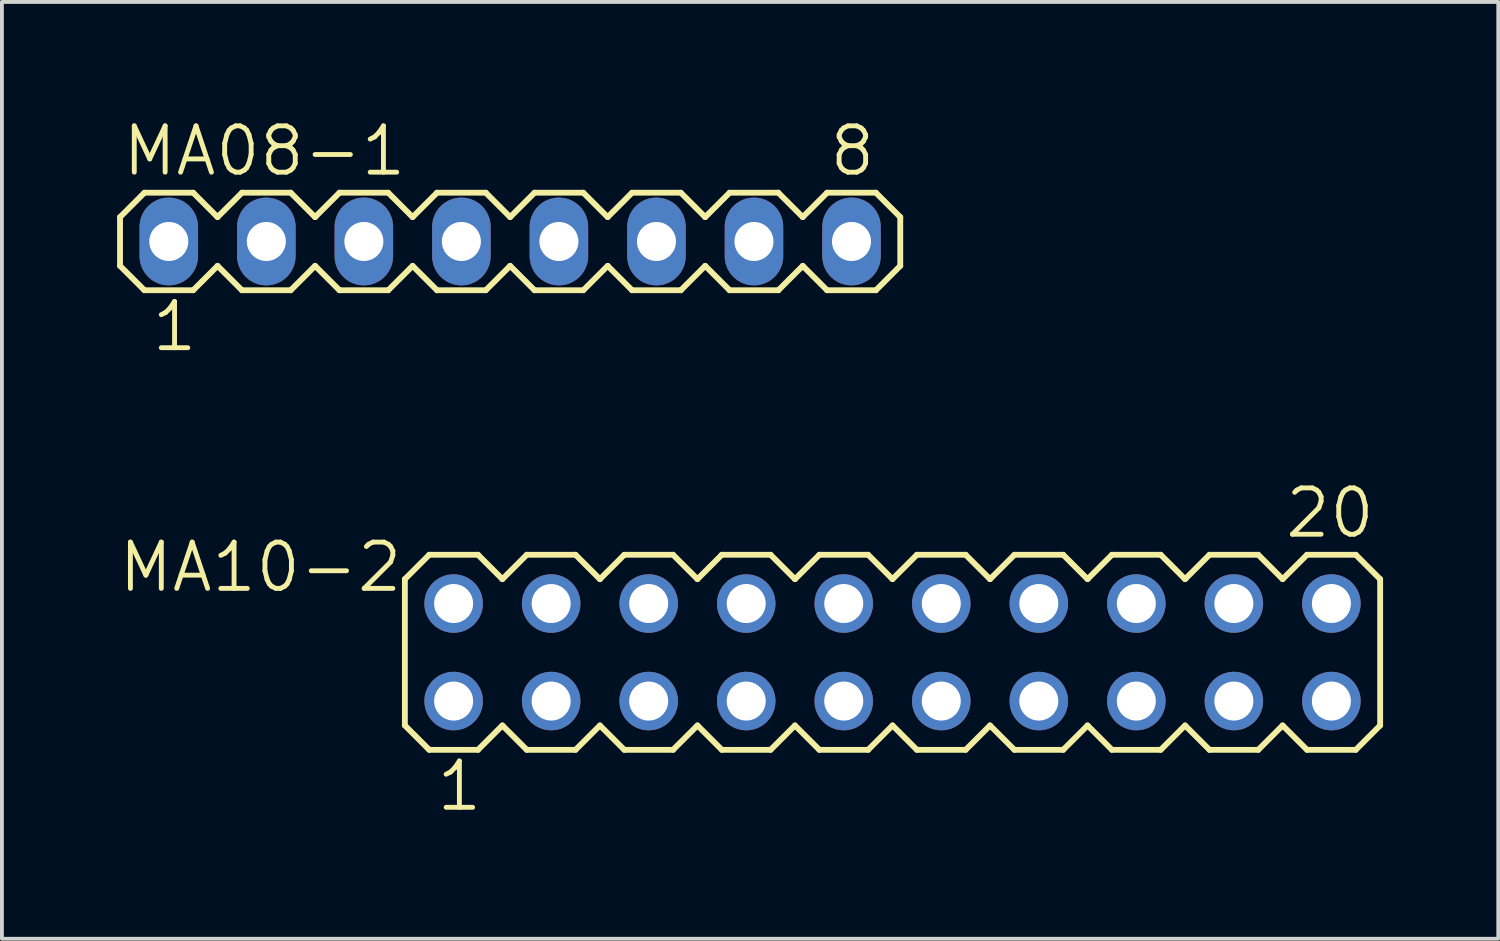
<source format=kicad_pcb>
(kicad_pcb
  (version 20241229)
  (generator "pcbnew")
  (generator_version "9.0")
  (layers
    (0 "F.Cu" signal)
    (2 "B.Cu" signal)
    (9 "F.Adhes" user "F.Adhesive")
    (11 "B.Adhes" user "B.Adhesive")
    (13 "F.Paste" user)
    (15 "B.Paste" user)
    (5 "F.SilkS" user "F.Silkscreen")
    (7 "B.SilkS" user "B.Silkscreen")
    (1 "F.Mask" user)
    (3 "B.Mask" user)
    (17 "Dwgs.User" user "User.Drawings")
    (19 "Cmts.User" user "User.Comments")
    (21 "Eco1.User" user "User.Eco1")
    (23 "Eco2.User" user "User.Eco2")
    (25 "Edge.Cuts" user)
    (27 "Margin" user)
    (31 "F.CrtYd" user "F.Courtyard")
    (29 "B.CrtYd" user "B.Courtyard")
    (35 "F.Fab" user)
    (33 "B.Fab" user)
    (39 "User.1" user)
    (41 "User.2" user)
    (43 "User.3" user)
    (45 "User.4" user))
  (footprint "MA08-1"
    (layer "F.Cu")
    (at 10.236 3.239)
    (property "Reference" "MA08-1" (at -10.16 -1.651 0) (layer "F.SilkS") (effects (font (size 1.206 1.206) (thickness 0.127)) (justify left bottom)))
    (attr through_hole)
    (fp_line (start -10.16 -0.635) (end -10.16 0.635) (stroke (width 0.152) (type solid)) (layer "F.SilkS"))
    (fp_line (start -10.16 0.635) (end -9.525 1.27) (stroke (width 0.152) (type solid)) (layer "F.SilkS"))
    (fp_line (start -9.525 -1.27) (end -10.16 -0.635) (stroke (width 0.152) (type solid)) (layer "F.SilkS"))
    (fp_line (start -9.525 -1.27) (end -8.255 -1.27) (stroke (width 0.152) (type solid)) (layer "F.SilkS"))
    (fp_line (start -8.255 -1.27) (end -7.62 -0.635) (stroke (width 0.152) (type solid)) (layer "F.SilkS"))
    (fp_line (start -8.255 1.27) (end -9.525 1.27) (stroke (width 0.152) (type solid)) (layer "F.SilkS"))
    (fp_line (start -7.62 -0.635) (end -6.985 -1.27) (stroke (width 0.152) (type solid)) (layer "F.SilkS"))
    (fp_line (start -7.62 0.635) (end -8.255 1.27) (stroke (width 0.152) (type solid)) (layer "F.SilkS"))
    (fp_line (start -6.985 -1.27) (end -5.715 -1.27) (stroke (width 0.152) (type solid)) (layer "F.SilkS"))
    (fp_line (start -6.985 1.27) (end -7.62 0.635) (stroke (width 0.152) (type solid)) (layer "F.SilkS"))
    (fp_line (start -5.715 -1.27) (end -5.08 -0.635) (stroke (width 0.152) (type solid)) (layer "F.SilkS"))
    (fp_line (start -5.715 1.27) (end -6.985 1.27) (stroke (width 0.152) (type solid)) (layer "F.SilkS"))
    (fp_line (start -5.08 -0.635) (end -4.445 -1.27) (stroke (width 0.152) (type solid)) (layer "F.SilkS"))
    (fp_line (start -5.08 0.635) (end -5.715 1.27) (stroke (width 0.152) (type solid)) (layer "F.SilkS"))
    (fp_line (start -4.445 -1.27) (end -3.175 -1.27) (stroke (width 0.152) (type solid)) (layer "F.SilkS"))
    (fp_line (start -4.445 1.27) (end -5.08 0.635) (stroke (width 0.152) (type solid)) (layer "F.SilkS"))
    (fp_line (start -3.175 -1.27) (end -2.54 -0.635) (stroke (width 0.152) (type solid)) (layer "F.SilkS"))
    (fp_line (start -3.175 1.27) (end -4.445 1.27) (stroke (width 0.152) (type solid)) (layer "F.SilkS"))
    (fp_line (start -2.54 0.635) (end -3.175 1.27) (stroke (width 0.152) (type solid)) (layer "F.SilkS"))
    (fp_line (start -2.54 0.635) (end -1.905 1.27) (stroke (width 0.152) (type solid)) (layer "F.SilkS"))
    (fp_line (start -1.905 -1.27) (end -2.54 -0.635) (stroke (width 0.152) (type solid)) (layer "F.SilkS"))
    (fp_line (start -1.905 -1.27) (end -0.635 -1.27) (stroke (width 0.152) (type solid)) (layer "F.SilkS"))
    (fp_line (start -0.635 -1.27) (end 0 -0.635) (stroke (width 0.152) (type solid)) (layer "F.SilkS"))
    (fp_line (start -0.635 1.27) (end -1.905 1.27) (stroke (width 0.152) (type solid)) (layer "F.SilkS"))
    (fp_line (start 0 0.635) (end -0.635 1.27) (stroke (width 0.152) (type solid)) (layer "F.SilkS"))
    (fp_line (start 0 0.635) (end 0.635 1.27) (stroke (width 0.152) (type solid)) (layer "F.SilkS"))
    (fp_line (start 0.635 -1.27) (end 0 -0.635) (stroke (width 0.152) (type solid)) (layer "F.SilkS"))
    (fp_line (start 0.635 -1.27) (end 1.905 -1.27) (stroke (width 0.152) (type solid)) (layer "F.SilkS"))
    (fp_line (start 1.905 -1.27) (end 2.54 -0.635) (stroke (width 0.152) (type solid)) (layer "F.SilkS"))
    (fp_line (start 1.905 1.27) (end 0.635 1.27) (stroke (width 0.152) (type solid)) (layer "F.SilkS"))
    (fp_line (start 2.54 -0.635) (end 3.175 -1.27) (stroke (width 0.152) (type solid)) (layer "F.SilkS"))
    (fp_line (start 2.54 0.635) (end 1.905 1.27) (stroke (width 0.152) (type solid)) (layer "F.SilkS"))
    (fp_line (start 3.175 -1.27) (end 4.445 -1.27) (stroke (width 0.152) (type solid)) (layer "F.SilkS"))
    (fp_line (start 3.175 1.27) (end 2.54 0.635) (stroke (width 0.152) (type solid)) (layer "F.SilkS"))
    (fp_line (start 4.445 -1.27) (end 5.08 -0.635) (stroke (width 0.152) (type solid)) (layer "F.SilkS"))
    (fp_line (start 4.445 1.27) (end 3.175 1.27) (stroke (width 0.152) (type solid)) (layer "F.SilkS"))
    (fp_line (start 5.08 -0.635) (end 5.715 -1.27) (stroke (width 0.152) (type solid)) (layer "F.SilkS"))
    (fp_line (start 5.08 0.635) (end 4.445 1.27) (stroke (width 0.152) (type solid)) (layer "F.SilkS"))
    (fp_line (start 5.715 -1.27) (end 6.985 -1.27) (stroke (width 0.152) (type solid)) (layer "F.SilkS"))
    (fp_line (start 5.715 1.27) (end 5.08 0.635) (stroke (width 0.152) (type solid)) (layer "F.SilkS"))
    (fp_line (start 6.985 -1.27) (end 7.62 -0.635) (stroke (width 0.152) (type solid)) (layer "F.SilkS"))
    (fp_line (start 6.985 1.27) (end 5.715 1.27) (stroke (width 0.152) (type solid)) (layer "F.SilkS"))
    (fp_line (start 7.62 0.635) (end 6.985 1.27) (stroke (width 0.152) (type solid)) (layer "F.SilkS"))
    (fp_line (start 7.62 0.635) (end 8.255 1.27) (stroke (width 0.152) (type solid)) (layer "F.SilkS"))
    (fp_line (start 8.255 -1.27) (end 7.62 -0.635) (stroke (width 0.152) (type solid)) (layer "F.SilkS"))
    (fp_line (start 8.255 -1.27) (end 9.525 -1.27) (stroke (width 0.152) (type solid)) (layer "F.SilkS"))
    (fp_line (start 9.525 -1.27) (end 10.16 -0.635) (stroke (width 0.152) (type solid)) (layer "F.SilkS"))
    (fp_line (start 9.525 1.27) (end 8.255 1.27) (stroke (width 0.152) (type solid)) (layer "F.SilkS"))
    (fp_line (start 10.16 -0.635) (end 10.16 0.635) (stroke (width 0.152) (type solid)) (layer "F.SilkS"))
    (fp_line (start 10.16 0.635) (end 9.525 1.27) (stroke (width 0.152) (type solid)) (layer "F.SilkS"))
    (fp_poly (pts (xy -9.144 0.254) (xy -8.636 0.254) (xy -8.636 -0.254) (xy -9.144 -0.254)) (stroke (width 0.1) (type solid)) (fill no) (layer "F.Fab"))
    (fp_poly (pts (xy -6.604 0.254) (xy -6.096 0.254) (xy -6.096 -0.254) (xy -6.604 -0.254)) (stroke (width 0.1) (type solid)) (fill no) (layer "F.Fab"))
    (fp_poly (pts (xy -4.064 0.254) (xy -3.556 0.254) (xy -3.556 -0.254) (xy -4.064 -0.254)) (stroke (width 0.1) (type solid)) (fill no) (layer "F.Fab"))
    (fp_poly (pts (xy -1.524 0.254) (xy -1.016 0.254) (xy -1.016 -0.254) (xy -1.524 -0.254)) (stroke (width 0.1) (type solid)) (fill no) (layer "F.Fab"))
    (fp_poly (pts (xy 1.016 0.254) (xy 1.524 0.254) (xy 1.524 -0.254) (xy 1.016 -0.254)) (stroke (width 0.1) (type solid)) (fill no) (layer "F.Fab"))
    (fp_poly (pts (xy 3.556 0.254) (xy 4.064 0.254) (xy 4.064 -0.254) (xy 3.556 -0.254)) (stroke (width 0.1) (type solid)) (fill no) (layer "F.Fab"))
    (fp_poly (pts (xy 6.096 0.254) (xy 6.604 0.254) (xy 6.604 -0.254) (xy 6.096 -0.254)) (stroke (width 0.1) (type solid)) (fill no) (layer "F.Fab"))
    (fp_poly (pts (xy 8.636 0.254) (xy 9.144 0.254) (xy 9.144 -0.254) (xy 8.636 -0.254)) (stroke (width 0.1) (type solid)) (fill no) (layer "F.Fab"))
    (fp_text user "1" (at -9.398 2.921 0) (layer "F.SilkS") (effects (font (size 1.206 1.206) (thickness 0.127)) (justify left bottom)))
    (fp_text user "8" (at 8.255 -1.651 0) (layer "F.SilkS") (effects (font (size 1.206 1.206) (thickness 0.127)) (justify left bottom)))
    (pad "1" thru_hole oval (at -8.89 0 90) (size 2.286 1.524) (drill 1.016) (layers "*.Cu" "*.Mask"))
    (pad "2" thru_hole oval (at -6.35 0 90) (size 2.286 1.524) (drill 1.016) (layers "*.Cu" "*.Mask"))
    (pad "3" thru_hole oval (at -3.81 0 90) (size 2.286 1.524) (drill 1.016) (layers "*.Cu" "*.Mask"))
    (pad "4" thru_hole oval (at -1.27 0 90) (size 2.286 1.524) (drill 1.016) (layers "*.Cu" "*.Mask"))
    (pad "5" thru_hole oval (at 1.27 0 90) (size 2.286 1.524) (drill 1.016) (layers "*.Cu" "*.Mask"))
    (pad "6" thru_hole oval (at 3.81 0 90) (size 2.286 1.524) (drill 1.016) (layers "*.Cu" "*.Mask"))
    (pad "7" thru_hole oval (at 6.35 0 90) (size 2.286 1.524) (drill 1.016) (layers "*.Cu" "*.Mask"))
    (pad "8" thru_hole oval (at 8.89 0 90) (size 2.286 1.524) (drill 1.016) (layers "*.Cu" "*.Mask")))
  (footprint "MA10-2"
    (layer "F.Cu")
    (at 20.194 13.938)
    (property "Reference" "MA10-2" (at -12.7 -2.921 0) (layer "F.SilkS") (effects (font (size 1.206 1.206) (thickness 0.127)) (justify right top)))
    (attr through_hole)
    (fp_line (start -12.7 -1.905) (end -12.7 1.905) (stroke (width 0.152) (type solid)) (layer "F.SilkS"))
    (fp_line (start -12.7 1.905) (end -12.065 2.54) (stroke (width 0.152) (type solid)) (layer "F.SilkS"))
    (fp_line (start -12.065 -2.54) (end -12.7 -1.905) (stroke (width 0.152) (type solid)) (layer "F.SilkS"))
    (fp_line (start -12.065 -2.54) (end -10.795 -2.54) (stroke (width 0.152) (type solid)) (layer "F.SilkS"))
    (fp_line (start -10.795 -2.54) (end -10.16 -1.905) (stroke (width 0.152) (type solid)) (layer "F.SilkS"))
    (fp_line (start -10.795 2.54) (end -12.065 2.54) (stroke (width 0.152) (type solid)) (layer "F.SilkS"))
    (fp_line (start -10.16 -1.905) (end -9.525 -2.54) (stroke (width 0.152) (type solid)) (layer "F.SilkS"))
    (fp_line (start -10.16 1.905) (end -10.795 2.54) (stroke (width 0.152) (type solid)) (layer "F.SilkS"))
    (fp_line (start -9.525 -2.54) (end -8.255 -2.54) (stroke (width 0.152) (type solid)) (layer "F.SilkS"))
    (fp_line (start -9.525 2.54) (end -10.16 1.905) (stroke (width 0.152) (type solid)) (layer "F.SilkS"))
    (fp_line (start -8.255 -2.54) (end -7.62 -1.905) (stroke (width 0.152) (type solid)) (layer "F.SilkS"))
    (fp_line (start -8.255 2.54) (end -9.525 2.54) (stroke (width 0.152) (type solid)) (layer "F.SilkS"))
    (fp_line (start -7.62 -1.905) (end -6.985 -2.54) (stroke (width 0.152) (type solid)) (layer "F.SilkS"))
    (fp_line (start -7.62 1.905) (end -8.255 2.54) (stroke (width 0.152) (type solid)) (layer "F.SilkS"))
    (fp_line (start -6.985 -2.54) (end -5.715 -2.54) (stroke (width 0.152) (type solid)) (layer "F.SilkS"))
    (fp_line (start -6.985 2.54) (end -7.62 1.905) (stroke (width 0.152) (type solid)) (layer "F.SilkS"))
    (fp_line (start -5.715 -2.54) (end -5.08 -1.905) (stroke (width 0.152) (type solid)) (layer "F.SilkS"))
    (fp_line (start -5.715 2.54) (end -6.985 2.54) (stroke (width 0.152) (type solid)) (layer "F.SilkS"))
    (fp_line (start -5.08 1.905) (end -5.715 2.54) (stroke (width 0.152) (type solid)) (layer "F.SilkS"))
    (fp_line (start -5.08 1.905) (end -4.445 2.54) (stroke (width 0.152) (type solid)) (layer "F.SilkS"))
    (fp_line (start -4.445 -2.54) (end -5.08 -1.905) (stroke (width 0.152) (type solid)) (layer "F.SilkS"))
    (fp_line (start -4.445 -2.54) (end -3.175 -2.54) (stroke (width 0.152) (type solid)) (layer "F.SilkS"))
    (fp_line (start -3.175 -2.54) (end -2.54 -1.905) (stroke (width 0.152) (type solid)) (layer "F.SilkS"))
    (fp_line (start -3.175 2.54) (end -4.445 2.54) (stroke (width 0.152) (type solid)) (layer "F.SilkS"))
    (fp_line (start -2.54 -1.905) (end -1.905 -2.54) (stroke (width 0.152) (type solid)) (layer "F.SilkS"))
    (fp_line (start -2.54 1.905) (end -3.175 2.54) (stroke (width 0.152) (type solid)) (layer "F.SilkS"))
    (fp_line (start -1.905 -2.54) (end -0.635 -2.54) (stroke (width 0.152) (type solid)) (layer "F.SilkS"))
    (fp_line (start -1.905 2.54) (end -2.54 1.905) (stroke (width 0.152) (type solid)) (layer "F.SilkS"))
    (fp_line (start -0.635 -2.54) (end 0 -1.905) (stroke (width 0.152) (type solid)) (layer "F.SilkS"))
    (fp_line (start -0.635 2.54) (end -1.905 2.54) (stroke (width 0.152) (type solid)) (layer "F.SilkS"))
    (fp_line (start 0 -1.905) (end 0.635 -2.54) (stroke (width 0.152) (type solid)) (layer "F.SilkS"))
    (fp_line (start 0 1.905) (end -0.635 2.54) (stroke (width 0.152) (type solid)) (layer "F.SilkS"))
    (fp_line (start 0.635 -2.54) (end 1.905 -2.54) (stroke (width 0.152) (type solid)) (layer "F.SilkS"))
    (fp_line (start 0.635 2.54) (end 0 1.905) (stroke (width 0.152) (type solid)) (layer "F.SilkS"))
    (fp_line (start 1.905 -2.54) (end 2.54 -1.905) (stroke (width 0.152) (type solid)) (layer "F.SilkS"))
    (fp_line (start 1.905 2.54) (end 0.635 2.54) (stroke (width 0.152) (type solid)) (layer "F.SilkS"))
    (fp_line (start 2.54 1.905) (end 1.905 2.54) (stroke (width 0.152) (type solid)) (layer "F.SilkS"))
    (fp_line (start 2.54 1.905) (end 3.175 2.54) (stroke (width 0.152) (type solid)) (layer "F.SilkS"))
    (fp_line (start 3.175 -2.54) (end 2.54 -1.905) (stroke (width 0.152) (type solid)) (layer "F.SilkS"))
    (fp_line (start 3.175 -2.54) (end 4.445 -2.54) (stroke (width 0.152) (type solid)) (layer "F.SilkS"))
    (fp_line (start 4.445 -2.54) (end 5.08 -1.905) (stroke (width 0.152) (type solid)) (layer "F.SilkS"))
    (fp_line (start 4.445 2.54) (end 3.175 2.54) (stroke (width 0.152) (type solid)) (layer "F.SilkS"))
    (fp_line (start 5.08 -1.905) (end 5.715 -2.54) (stroke (width 0.152) (type solid)) (layer "F.SilkS"))
    (fp_line (start 5.08 1.905) (end 4.445 2.54) (stroke (width 0.152) (type solid)) (layer "F.SilkS"))
    (fp_line (start 5.715 -2.54) (end 6.985 -2.54) (stroke (width 0.152) (type solid)) (layer "F.SilkS"))
    (fp_line (start 5.715 2.54) (end 5.08 1.905) (stroke (width 0.152) (type solid)) (layer "F.SilkS"))
    (fp_line (start 5.715 2.54) (end 6.985 2.54) (stroke (width 0.152) (type solid)) (layer "F.SilkS"))
    (fp_line (start 7.62 -1.905) (end 6.985 -2.54) (stroke (width 0.152) (type solid)) (layer "F.SilkS"))
    (fp_line (start 7.62 -1.905) (end 8.255 -2.54) (stroke (width 0.152) (type solid)) (layer "F.SilkS"))
    (fp_line (start 7.62 1.905) (end 6.985 2.54) (stroke (width 0.152) (type solid)) (layer "F.SilkS"))
    (fp_line (start 7.62 1.905) (end 8.255 2.54) (stroke (width 0.152) (type solid)) (layer "F.SilkS"))
    (fp_line (start 8.255 -2.54) (end 9.525 -2.54) (stroke (width 0.152) (type solid)) (layer "F.SilkS"))
    (fp_line (start 8.255 2.54) (end 9.525 2.54) (stroke (width 0.152) (type solid)) (layer "F.SilkS"))
    (fp_line (start 10.16 -1.905) (end 9.525 -2.54) (stroke (width 0.152) (type solid)) (layer "F.SilkS"))
    (fp_line (start 10.16 -1.905) (end 10.795 -2.54) (stroke (width 0.152) (type solid)) (layer "F.SilkS"))
    (fp_line (start 10.16 1.905) (end 9.525 2.54) (stroke (width 0.152) (type solid)) (layer "F.SilkS"))
    (fp_line (start 10.16 1.905) (end 10.795 2.54) (stroke (width 0.152) (type solid)) (layer "F.SilkS"))
    (fp_line (start 10.795 -2.54) (end 12.065 -2.54) (stroke (width 0.152) (type solid)) (layer "F.SilkS"))
    (fp_line (start 10.795 2.54) (end 12.065 2.54) (stroke (width 0.152) (type solid)) (layer "F.SilkS"))
    (fp_line (start 12.065 -2.54) (end 12.7 -1.905) (stroke (width 0.152) (type solid)) (layer "F.SilkS"))
    (fp_line (start 12.7 -1.905) (end 12.7 1.905) (stroke (width 0.152) (type solid)) (layer "F.SilkS"))
    (fp_line (start 12.7 1.905) (end 12.065 2.54) (stroke (width 0.152) (type solid)) (layer "F.SilkS"))
    (fp_poly (pts (xy -11.684 -1.016) (xy -11.176 -1.016) (xy -11.176 -1.524) (xy -11.684 -1.524)) (stroke (width 0.1) (type solid)) (fill no) (layer "F.Fab"))
    (fp_poly (pts (xy -11.684 1.524) (xy -11.176 1.524) (xy -11.176 1.016) (xy -11.684 1.016)) (stroke (width 0.1) (type solid)) (fill no) (layer "F.Fab"))
    (fp_poly (pts (xy -9.144 -1.016) (xy -8.636 -1.016) (xy -8.636 -1.524) (xy -9.144 -1.524)) (stroke (width 0.1) (type solid)) (fill no) (layer "F.Fab"))
    (fp_poly (pts (xy -9.144 1.524) (xy -8.636 1.524) (xy -8.636 1.016) (xy -9.144 1.016)) (stroke (width 0.1) (type solid)) (fill no) (layer "F.Fab"))
    (fp_poly (pts (xy -6.604 -1.016) (xy -6.096 -1.016) (xy -6.096 -1.524) (xy -6.604 -1.524)) (stroke (width 0.1) (type solid)) (fill no) (layer "F.Fab"))
    (fp_poly (pts (xy -6.604 1.524) (xy -6.096 1.524) (xy -6.096 1.016) (xy -6.604 1.016)) (stroke (width 0.1) (type solid)) (fill no) (layer "F.Fab"))
    (fp_poly (pts (xy -4.064 -1.016) (xy -3.556 -1.016) (xy -3.556 -1.524) (xy -4.064 -1.524)) (stroke (width 0.1) (type solid)) (fill no) (layer "F.Fab"))
    (fp_poly (pts (xy -4.064 1.524) (xy -3.556 1.524) (xy -3.556 1.016) (xy -4.064 1.016)) (stroke (width 0.1) (type solid)) (fill no) (layer "F.Fab"))
    (fp_poly (pts (xy -1.524 -1.016) (xy -1.016 -1.016) (xy -1.016 -1.524) (xy -1.524 -1.524)) (stroke (width 0.1) (type solid)) (fill no) (layer "F.Fab"))
    (fp_poly (pts (xy -1.524 1.524) (xy -1.016 1.524) (xy -1.016 1.016) (xy -1.524 1.016)) (stroke (width 0.1) (type solid)) (fill no) (layer "F.Fab"))
    (fp_poly (pts (xy 1.016 -1.016) (xy 1.524 -1.016) (xy 1.524 -1.524) (xy 1.016 -1.524)) (stroke (width 0.1) (type solid)) (fill no) (layer "F.Fab"))
    (fp_poly (pts (xy 1.016 1.524) (xy 1.524 1.524) (xy 1.524 1.016) (xy 1.016 1.016)) (stroke (width 0.1) (type solid)) (fill no) (layer "F.Fab"))
    (fp_poly (pts (xy 3.556 -1.016) (xy 4.064 -1.016) (xy 4.064 -1.524) (xy 3.556 -1.524)) (stroke (width 0.1) (type solid)) (fill no) (layer "F.Fab"))
    (fp_poly (pts (xy 3.556 1.524) (xy 4.064 1.524) (xy 4.064 1.016) (xy 3.556 1.016)) (stroke (width 0.1) (type solid)) (fill no) (layer "F.Fab"))
    (fp_poly (pts (xy 6.096 -1.016) (xy 6.604 -1.016) (xy 6.604 -1.524) (xy 6.096 -1.524)) (stroke (width 0.1) (type solid)) (fill no) (layer "F.Fab"))
    (fp_poly (pts (xy 6.096 1.524) (xy 6.604 1.524) (xy 6.604 1.016) (xy 6.096 1.016)) (stroke (width 0.1) (type solid)) (fill no) (layer "F.Fab"))
    (fp_poly (pts (xy 8.636 -1.016) (xy 9.144 -1.016) (xy 9.144 -1.524) (xy 8.636 -1.524)) (stroke (width 0.1) (type solid)) (fill no) (layer "F.Fab"))
    (fp_poly (pts (xy 8.636 1.524) (xy 9.144 1.524) (xy 9.144 1.016) (xy 8.636 1.016)) (stroke (width 0.1) (type solid)) (fill no) (layer "F.Fab"))
    (fp_poly (pts (xy 11.176 -1.016) (xy 11.684 -1.016) (xy 11.684 -1.524) (xy 11.176 -1.524)) (stroke (width 0.1) (type solid)) (fill no) (layer "F.Fab"))
    (fp_poly (pts (xy 11.176 1.524) (xy 11.684 1.524) (xy 11.684 1.016) (xy 11.176 1.016)) (stroke (width 0.1) (type solid)) (fill no) (layer "F.Fab"))
    (fp_text user "1" (at -11.938 4.191 0) (layer "F.SilkS") (effects (font (size 1.206 1.206) (thickness 0.127)) (justify left bottom)))
    (fp_text user "20" (at 10.16 -2.921 0) (layer "F.SilkS") (effects (font (size 1.206 1.206) (thickness 0.127)) (justify left bottom)))
    (pad "1" thru_hole circle (at -11.43 1.27) (size 1.524 1.524) (drill 1.016) (layers "*.Cu" "*.Mask"))
    (pad "2" thru_hole circle (at -11.43 -1.27) (size 1.524 1.524) (drill 1.016) (layers "*.Cu" "*.Mask"))
    (pad "3" thru_hole circle (at -8.89 1.27) (size 1.524 1.524) (drill 1.016) (layers "*.Cu" "*.Mask"))
    (pad "4" thru_hole circle (at -8.89 -1.27) (size 1.524 1.524) (drill 1.016) (layers "*.Cu" "*.Mask"))
    (pad "5" thru_hole circle (at -6.35 1.27) (size 1.524 1.524) (drill 1.016) (layers "*.Cu" "*.Mask"))
    (pad "6" thru_hole circle (at -6.35 -1.27) (size 1.524 1.524) (drill 1.016) (layers "*.Cu" "*.Mask"))
    (pad "7" thru_hole circle (at -3.81 1.27) (size 1.524 1.524) (drill 1.016) (layers "*.Cu" "*.Mask"))
    (pad "8" thru_hole circle (at -3.81 -1.27) (size 1.524 1.524) (drill 1.016) (layers "*.Cu" "*.Mask"))
    (pad "9" thru_hole circle (at -1.27 1.27) (size 1.524 1.524) (drill 1.016) (layers "*.Cu" "*.Mask"))
    (pad "10" thru_hole circle (at -1.27 -1.27) (size 1.524 1.524) (drill 1.016) (layers "*.Cu" "*.Mask"))
    (pad "11" thru_hole circle (at 1.27 1.27) (size 1.524 1.524) (drill 1.016) (layers "*.Cu" "*.Mask"))
    (pad "12" thru_hole circle (at 1.27 -1.27) (size 1.524 1.524) (drill 1.016) (layers "*.Cu" "*.Mask"))
    (pad "13" thru_hole circle (at 3.81 1.27) (size 1.524 1.524) (drill 1.016) (layers "*.Cu" "*.Mask"))
    (pad "14" thru_hole circle (at 3.81 -1.27) (size 1.524 1.524) (drill 1.016) (layers "*.Cu" "*.Mask"))
    (pad "15" thru_hole circle (at 6.35 1.27) (size 1.524 1.524) (drill 1.016) (layers "*.Cu" "*.Mask"))
    (pad "16" thru_hole circle (at 6.35 -1.27) (size 1.524 1.524) (drill 1.016) (layers "*.Cu" "*.Mask"))
    (pad "17" thru_hole circle (at 8.89 1.27) (size 1.524 1.524) (drill 1.016) (layers "*.Cu" "*.Mask"))
    (pad "18" thru_hole circle (at 8.89 -1.27) (size 1.524 1.524) (drill 1.016) (layers "*.Cu" "*.Mask"))
    (pad "19" thru_hole circle (at 11.43 1.27) (size 1.524 1.524) (drill 1.016) (layers "*.Cu" "*.Mask"))
    (pad "20" thru_hole circle (at 11.43 -1.27) (size 1.524 1.524) (drill 1.016) (layers "*.Cu" "*.Mask")))
  (gr_rect
    (start -3 -3)
    (end 35.97 21.399)
    (stroke (width 0.1) (type default))
    (fill no)
    (layer "Edge.Cuts")))
</source>
